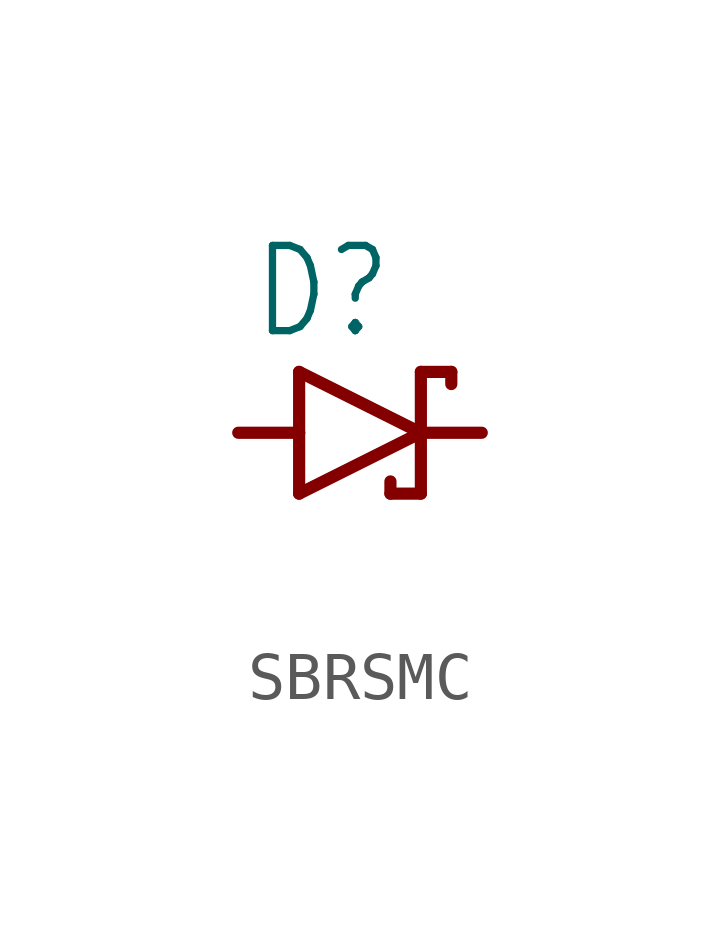
<source format=kicad_sym>
(kicad_symbol_lib
  (version 20231120)
  (generator "kicad_symbol_editor")
  (generator_version "8.0")
  (symbol "SBRSMC"
    (property "Reference" "D"
      (at -2.286 1.905 0)
      (effects (font (size 1.778 1.511)) (justify left bottom)))
    (property "Value" ""
      (at -2.286 -3.429 0)
      (effects (font (size 1.778 1.511)) (justify left bottom)))
    (property "ki_locked" ""
      (at 0 0 0)
      (effects (font (size 1.27 1.27))))
    (symbol "SBRSMC_1_0"
      (polyline (pts (xy -1.27 -1.27) (xy 1.27 0)) (stroke (width 0.254) (type solid)) (fill (type none)))
      (polyline (pts (xy -1.27 0) (xy -2.54 0)) (stroke (width 0.254) (type solid)) (fill (type none)))
      (polyline (pts (xy -1.27 0) (xy -1.27 -1.27)) (stroke (width 0.254) (type solid)) (fill (type none)))
      (polyline (pts (xy -1.27 1.27) (xy -1.27 0)) (stroke (width 0.254) (type solid)) (fill (type none)))
      (polyline (pts (xy 0.635 -1.016) (xy 0.635 -1.27)) (stroke (width 0.254) (type solid)) (fill (type none)))
      (polyline (pts (xy 1.27 -1.27) (xy 0.635 -1.27)) (stroke (width 0.254) (type solid)) (fill (type none)))
      (polyline (pts (xy 1.27 0) (xy -1.27 1.27)) (stroke (width 0.254) (type solid)) (fill (type none)))
      (polyline (pts (xy 1.27 0) (xy 1.27 -1.27)) (stroke (width 0.254) (type solid)) (fill (type none)))
      (polyline (pts (xy 1.27 0) (xy 2.54 0)) (stroke (width 0.254) (type solid)) (fill (type none)))
      (polyline (pts (xy 1.27 1.27) (xy 1.27 0)) (stroke (width 0.254) (type solid)) (fill (type none)))
      (polyline (pts (xy 1.905 1.27) (xy 1.27 1.27)) (stroke (width 0.254) (type solid)) (fill (type none)))
      (polyline (pts (xy 1.905 1.27) (xy 1.905 1.016)) (stroke (width 0.254) (type solid)) (fill (type none)))
      (pin passive line (at -2.54 0 0) (length 0) (name "A" (effects (font (size 0 0)))) (number "A" (effects (font (size 0 0)))))
      (pin passive line (at 2.54 0 180) (length 0) (name "C" (effects (font (size 0 0)))) (number "C" (effects (font (size 0 0))))))))
</source>
